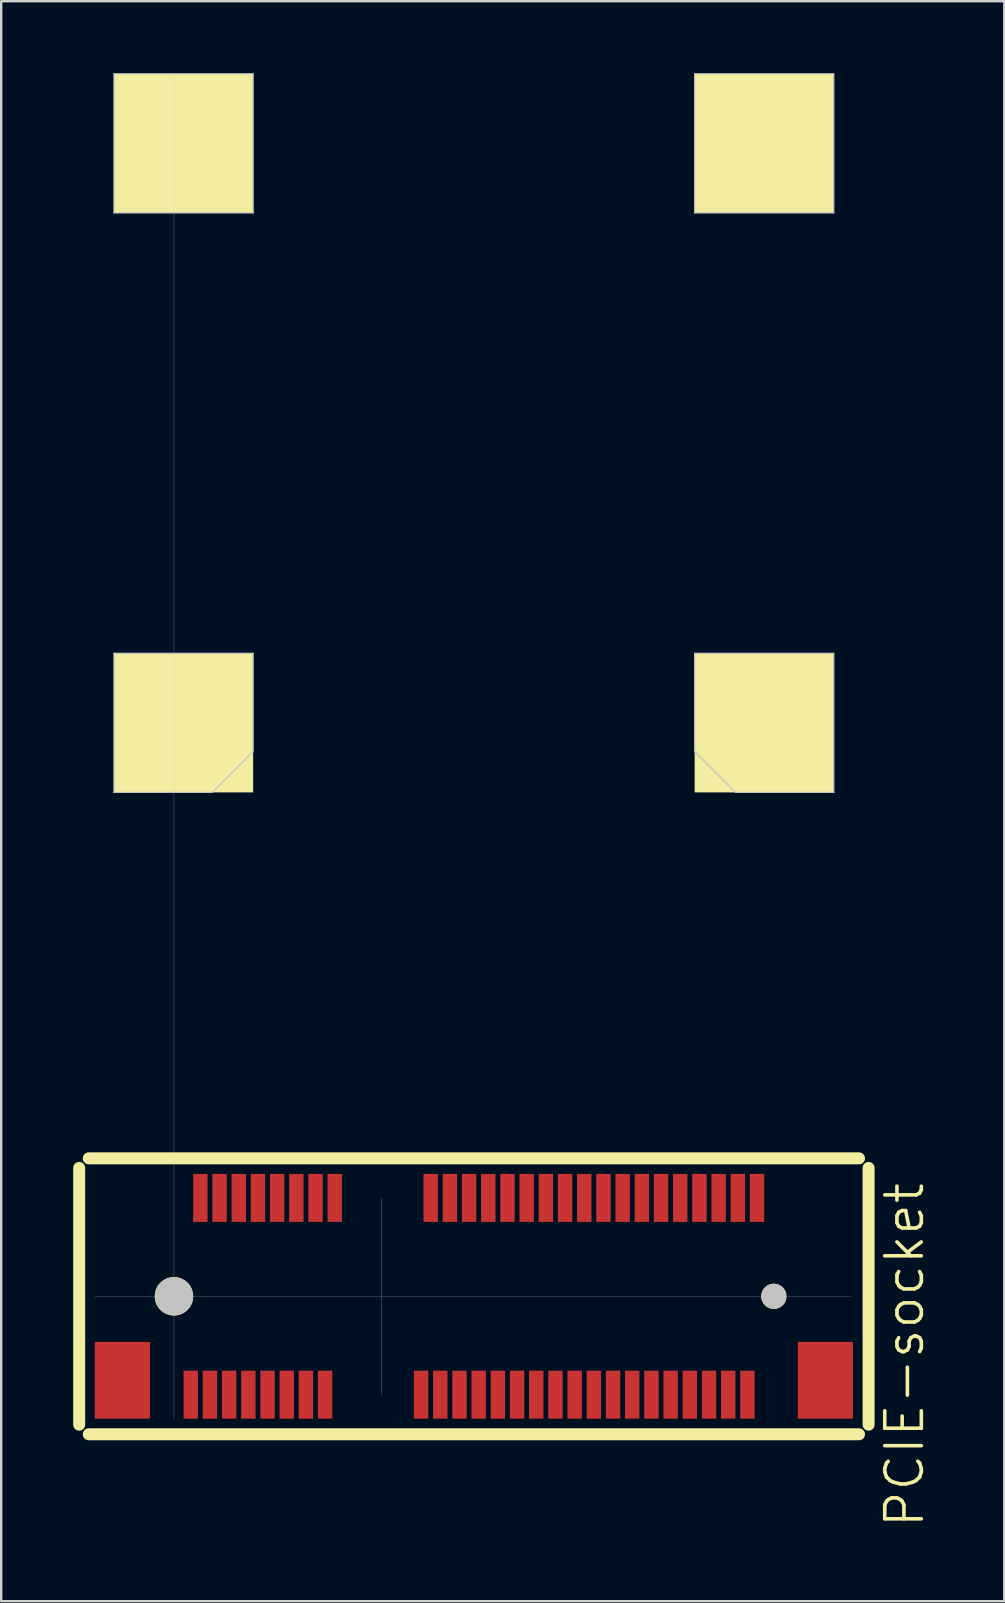
<source format=kicad_pcb>
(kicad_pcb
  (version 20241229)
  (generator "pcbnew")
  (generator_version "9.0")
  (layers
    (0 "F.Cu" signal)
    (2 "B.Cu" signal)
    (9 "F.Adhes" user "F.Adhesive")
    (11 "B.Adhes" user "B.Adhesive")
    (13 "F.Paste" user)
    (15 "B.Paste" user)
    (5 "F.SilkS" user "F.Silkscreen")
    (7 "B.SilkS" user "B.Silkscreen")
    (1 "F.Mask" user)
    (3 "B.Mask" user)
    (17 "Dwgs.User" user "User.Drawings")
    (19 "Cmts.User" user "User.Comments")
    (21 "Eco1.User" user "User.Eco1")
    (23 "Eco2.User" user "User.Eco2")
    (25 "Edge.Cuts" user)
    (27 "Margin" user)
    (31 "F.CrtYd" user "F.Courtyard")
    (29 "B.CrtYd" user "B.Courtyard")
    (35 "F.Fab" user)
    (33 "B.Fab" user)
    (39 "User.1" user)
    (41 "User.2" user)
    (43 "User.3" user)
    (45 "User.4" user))
  (footprint "PCIE-socket"
    (layer "F.Cu")
    (at 4.2 50.975)
    (property "Reference" "PCIE-socket" (at 30.45 2.45 90) (layer "F.SilkS") (effects (font (size 1.524 1.524) (thickness 0.15))))
    (attr through_hole)
    (fp_line (start -3.95 -5.35) (end -3.95 5.35) (stroke (width 0.5) (type solid)) (layer "F.SilkS"))
    (fp_line (start -3.55 5.75) (end 28.55 5.75) (stroke (width 0.5) (type solid)) (layer "F.SilkS"))
    (fp_line (start 28.55 -5.75) (end -3.55 -5.75) (stroke (width 0.5) (type solid)) (layer "F.SilkS"))
    (fp_line (start 28.95 5.35) (end 28.95 -5.35) (stroke (width 0.5) (type solid)) (layer "F.SilkS"))
    (fp_line (start -3.3 0) (end 28.225 0) (stroke (width 0.01) (type solid)) (layer "Dwgs.User"))
    (fp_line (start -2.5 -50.95) (end -2.5 -45.15) (stroke (width 0.05) (type solid)) (layer "Dwgs.User"))
    (fp_line (start -2.5 -50.95) (end 3.3 -50.95) (stroke (width 0.05) (type solid)) (layer "Dwgs.User"))
    (fp_line (start -2.5 -45.15) (end 3.3 -45.15) (stroke (width 0.05) (type solid)) (layer "Dwgs.User"))
    (fp_line (start -2.5 -26.8) (end -2.5 -21) (stroke (width 0.05) (type solid)) (layer "Dwgs.User"))
    (fp_line (start -2.5 -21) (end 1.6 -21) (stroke (width 0.05) (type solid)) (layer "Dwgs.User"))
    (fp_line (start 0 -50.95) (end 0 5.1) (stroke (width 0.01) (type solid)) (layer "Dwgs.User"))
    (fp_line (start 3.3 -50.95) (end 3.3 -45.15) (stroke (width 0.05) (type solid)) (layer "Dwgs.User"))
    (fp_line (start 3.3 -26.8) (end -2.5 -26.8) (stroke (width 0.05) (type solid)) (layer "Dwgs.User"))
    (fp_line (start 3.3 -22.7) (end 1.6 -21) (stroke (width 0.05) (type solid)) (layer "Dwgs.User"))
    (fp_line (start 3.3 -22.7) (end 3.3 -26.8) (stroke (width 0.05) (type solid)) (layer "Dwgs.User"))
    (fp_line (start 8.65 4.1) (end 8.65 -4.1) (stroke (width 0.01) (type solid)) (layer "Dwgs.User"))
    (fp_line (start 21.7 -50.95) (end 21.7 -45.15) (stroke (width 0.05) (type solid)) (layer "Dwgs.User"))
    (fp_line (start 21.7 -50.95) (end 27.5 -50.95) (stroke (width 0.05) (type solid)) (layer "Dwgs.User"))
    (fp_line (start 21.7 -45.15) (end 27.5 -45.15) (stroke (width 0.05) (type solid)) (layer "Dwgs.User"))
    (fp_line (start 21.7 -26.8) (end 27.5 -26.8) (stroke (width 0.05) (type solid)) (layer "Dwgs.User"))
    (fp_line (start 21.7 -22.7) (end 21.7 -26.8) (stroke (width 0.05) (type solid)) (layer "Dwgs.User"))
    (fp_line (start 21.7 -22.7) (end 23.4 -21) (stroke (width 0.05) (type solid)) (layer "Dwgs.User"))
    (fp_line (start 27.5 -50.95) (end 27.5 -45.15) (stroke (width 0.05) (type solid)) (layer "Dwgs.User"))
    (fp_line (start 27.5 -26.8) (end 27.5 -21) (stroke (width 0.05) (type solid)) (layer "Dwgs.User"))
    (fp_line (start 27.5 -21) (end 23.4 -21) (stroke (width 0.05) (type solid)) (layer "Dwgs.User"))
    (pad "" smd rect (at -2.15 3.5) (size 2.3 3.2) (layers "F.Cu" "F.Mask" "F.Paste"))
    (pad "" connect circle (at 0 0) (size 1.6 1.6) (layers "F.SilkS" "Dwgs.User"))
    (pad "" connect rect (at 0.4 -48.05) (size 5.8 5.8) (layers "F.SilkS"))
    (pad "" connect rect (at 0.4 -23.9) (size 5.8 5.8) (layers "F.SilkS"))
    (pad "" connect rect (at 24.6 -48.05) (size 5.8 5.8) (layers "F.SilkS"))
    (pad "" connect rect (at 24.6 -23.9) (size 5.8 5.8) (layers "F.SilkS"))
    (pad "" connect circle (at 25 0) (size 1.05 1.05) (layers "F.SilkS" "Dwgs.User"))
    (pad "" smd rect (at 27.15 3.5) (size 2.3 3.2) (layers "F.Cu" "F.Mask" "F.Paste"))
    (pad "1" smd rect (at 0.7 4.1) (size 0.6 2) (layers "F.Cu" "F.Mask" "F.Paste"))
    (pad "2" smd rect (at 1.1 -4.1) (size 0.6 2) (layers "F.Cu" "F.Mask" "F.Paste"))
    (pad "3" smd rect (at 1.5 4.1) (size 0.6 2) (layers "F.Cu" "F.Mask" "F.Paste"))
    (pad "4" smd rect (at 1.9 -4.1) (size 0.6 2) (layers "F.Cu" "F.Mask" "F.Paste"))
    (pad "5" smd rect (at 2.3 4.1) (size 0.6 2) (layers "F.Cu" "F.Mask" "F.Paste"))
    (pad "6" smd rect (at 2.7 -4.1) (size 0.6 2) (layers "F.Cu" "F.Mask" "F.Paste"))
    (pad "7" smd rect (at 3.1 4.1) (size 0.6 2) (layers "F.Cu" "F.Mask" "F.Paste"))
    (pad "8" smd rect (at 3.5 -4.1) (size 0.6 2) (layers "F.Cu" "F.Mask" "F.Paste"))
    (pad "9" smd rect (at 3.9 4.1) (size 0.6 2) (layers "F.Cu" "F.Mask" "F.Paste"))
    (pad "10" smd rect (at 4.3 -4.1) (size 0.6 2) (layers "F.Cu" "F.Mask" "F.Paste"))
    (pad "11" smd rect (at 4.7 4.1) (size 0.6 2) (layers "F.Cu" "F.Mask" "F.Paste"))
    (pad "12" smd rect (at 5.1 -4.1) (size 0.6 2) (layers "F.Cu" "F.Mask" "F.Paste"))
    (pad "13" smd rect (at 5.5 4.1) (size 0.6 2) (layers "F.Cu" "F.Mask" "F.Paste"))
    (pad "14" smd rect (at 5.9 -4.1) (size 0.6 2) (layers "F.Cu" "F.Mask" "F.Paste"))
    (pad "15" smd rect (at 6.3 4.1) (size 0.6 2) (layers "F.Cu" "F.Mask" "F.Paste"))
    (pad "16" smd rect (at 6.7 -4.1) (size 0.6 2) (layers "F.Cu" "F.Mask" "F.Paste"))
    (pad "17" smd rect (at 10.3 4.1) (size 0.6 2) (layers "F.Cu" "F.Mask" "F.Paste"))
    (pad "18" smd rect (at 10.7 -4.1) (size 0.6 2) (layers "F.Cu" "F.Mask" "F.Paste"))
    (pad "19" smd rect (at 11.1 4.1) (size 0.6 2) (layers "F.Cu" "F.Mask" "F.Paste"))
    (pad "20" smd rect (at 11.5 -4.1) (size 0.6 2) (layers "F.Cu" "F.Mask" "F.Paste"))
    (pad "21" smd rect (at 11.9 4.1) (size 0.6 2) (layers "F.Cu" "F.Mask" "F.Paste"))
    (pad "22" smd rect (at 12.3 -4.1) (size 0.6 2) (layers "F.Cu" "F.Mask" "F.Paste"))
    (pad "23" smd rect (at 12.7 4.1) (size 0.6 2) (layers "F.Cu" "F.Mask" "F.Paste"))
    (pad "24" smd rect (at 13.1 -4.1) (size 0.6 2) (layers "F.Cu" "F.Mask" "F.Paste"))
    (pad "25" smd rect (at 13.5 4.1) (size 0.6 2) (layers "F.Cu" "F.Mask" "F.Paste"))
    (pad "26" smd rect (at 13.9 -4.1) (size 0.6 2) (layers "F.Cu" "F.Mask" "F.Paste"))
    (pad "27" smd rect (at 14.3 4.1) (size 0.6 2) (layers "F.Cu" "F.Mask" "F.Paste"))
    (pad "28" smd rect (at 14.7 -4.1) (size 0.6 2) (layers "F.Cu" "F.Mask" "F.Paste"))
    (pad "29" smd rect (at 15.1 4.1) (size 0.6 2) (layers "F.Cu" "F.Mask" "F.Paste"))
    (pad "30" smd rect (at 15.5 -4.1) (size 0.6 2) (layers "F.Cu" "F.Mask" "F.Paste"))
    (pad "31" smd rect (at 15.9 4.1) (size 0.6 2) (layers "F.Cu" "F.Mask" "F.Paste"))
    (pad "32" smd rect (at 16.3 -4.1) (size 0.6 2) (layers "F.Cu" "F.Mask" "F.Paste"))
    (pad "33" smd rect (at 16.7 4.1) (size 0.6 2) (layers "F.Cu" "F.Mask" "F.Paste"))
    (pad "34" smd rect (at 17.1 -4.1) (size 0.6 2) (layers "F.Cu" "F.Mask" "F.Paste"))
    (pad "35" smd rect (at 17.5 4.1) (size 0.6 2) (layers "F.Cu" "F.Mask" "F.Paste"))
    (pad "36" smd rect (at 17.9 -4.1) (size 0.6 2) (layers "F.Cu" "F.Mask" "F.Paste"))
    (pad "37" smd rect (at 18.3 4.1) (size 0.6 2) (layers "F.Cu" "F.Mask" "F.Paste"))
    (pad "38" smd rect (at 18.7 -4.1) (size 0.6 2) (layers "F.Cu" "F.Mask" "F.Paste"))
    (pad "39" smd rect (at 19.1 4.1) (size 0.6 2) (layers "F.Cu" "F.Mask" "F.Paste"))
    (pad "40" smd rect (at 19.5 -4.1) (size 0.6 2) (layers "F.Cu" "F.Mask" "F.Paste"))
    (pad "41" smd rect (at 19.9 4.1) (size 0.6 2) (layers "F.Cu" "F.Mask" "F.Paste"))
    (pad "42" smd rect (at 20.3 -4.1) (size 0.6 2) (layers "F.Cu" "F.Mask" "F.Paste"))
    (pad "43" smd rect (at 20.7 4.1) (size 0.6 2) (layers "F.Cu" "F.Mask" "F.Paste"))
    (pad "44" smd rect (at 21.1 -4.1) (size 0.6 2) (layers "F.Cu" "F.Mask" "F.Paste"))
    (pad "45" smd rect (at 21.5 4.1) (size 0.6 2) (layers "F.Cu" "F.Mask" "F.Paste"))
    (pad "46" smd rect (at 21.9 -4.1) (size 0.6 2) (layers "F.Cu" "F.Mask" "F.Paste"))
    (pad "47" smd rect (at 22.3 4.1) (size 0.6 2) (layers "F.Cu" "F.Mask" "F.Paste"))
    (pad "48" smd rect (at 22.7 -4.1) (size 0.6 2) (layers "F.Cu" "F.Mask" "F.Paste"))
    (pad "49" smd rect (at 23.1 4.1) (size 0.6 2) (layers "F.Cu" "F.Mask" "F.Paste"))
    (pad "50" smd rect (at 23.5 -4.1) (size 0.6 2) (layers "F.Cu" "F.Mask" "F.Paste"))
    (pad "51" smd rect (at 23.9 4.1) (size 0.6 2) (layers "F.Cu" "F.Mask" "F.Paste"))
    (pad "52" smd rect (at 24.3 -4.1) (size 0.6 2) (layers "F.Cu" "F.Mask" "F.Paste")))
  (gr_rect
    (start -3 -3)
    (end 38.805 63.682)
    (stroke (width 0.1) (type default))
    (fill no)
    (layer "Edge.Cuts")))
</source>
